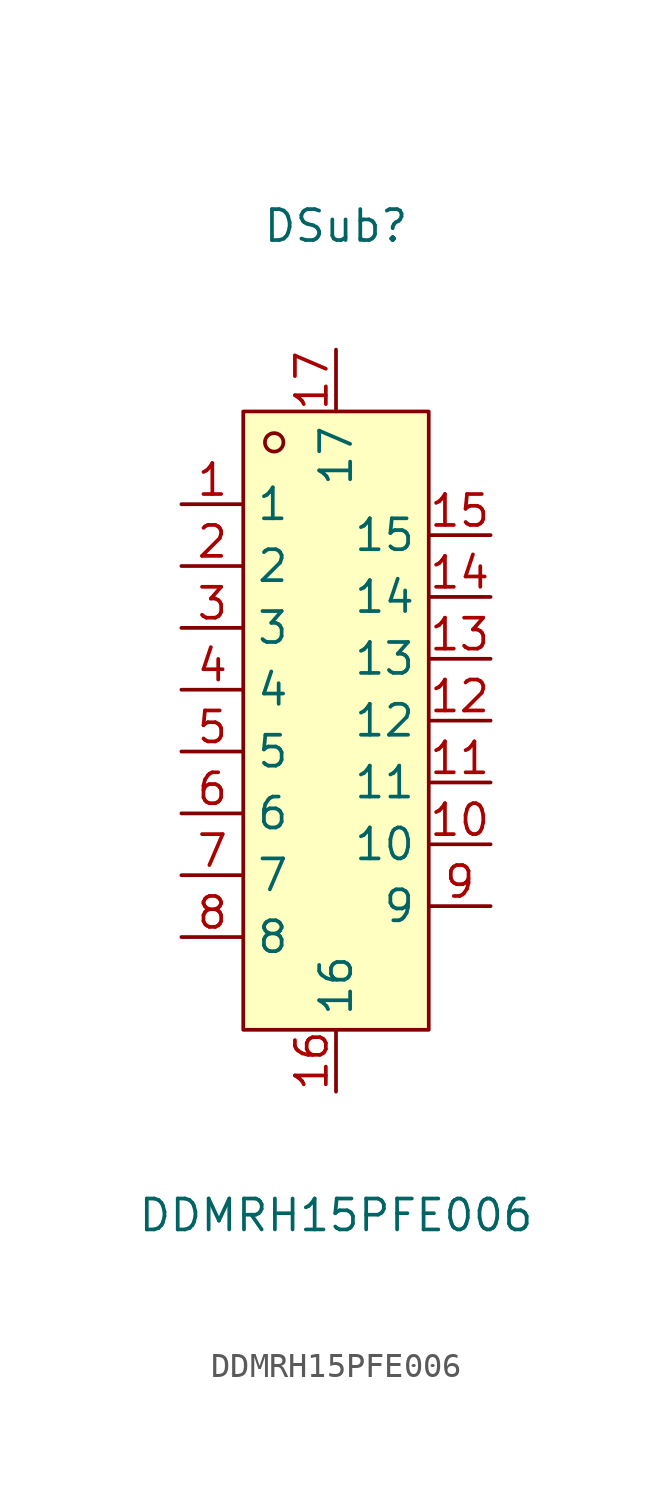
<source format=kicad_sym>
(kicad_symbol_lib
  (version 20211014)
  (generator https://github.com/uPesy/easyeda2kicad.py)
  (symbol "DDMRH15PFE006"
    (property "Reference" "DSub"
      (at 0 20.32 0)
      (effects (font (size 1.27 1.27))))
    (property "Value" "DDMRH15PFE006"
      (at 0 -20.32 0)
      (effects (font (size 1.27 1.27))))
    (symbol "DDMRH15PFE006_0_1"
      (rectangle (start -3.81 12.70) (end 3.81 -12.70) (stroke (width 0) (type default) (color 0 0 0 0)) (fill (type background)))
      (circle (center -2.54 11.43) (radius 0.38) (stroke (width 0) (type default) (color 0 0 0 0)) (fill (type none)))
      (pin unspecified line (at -6.35 8.89 0) (length 2.54) (name "1" (effects (font (size 1.27 1.27)))) (number "1" (effects (font (size 1.27 1.27)))))
      (pin unspecified line (at -6.35 6.35 0) (length 2.54) (name "2" (effects (font (size 1.27 1.27)))) (number "2" (effects (font (size 1.27 1.27)))))
      (pin unspecified line (at -6.35 3.81 0) (length 2.54) (name "3" (effects (font (size 1.27 1.27)))) (number "3" (effects (font (size 1.27 1.27)))))
      (pin unspecified line (at -6.35 1.27 0) (length 2.54) (name "4" (effects (font (size 1.27 1.27)))) (number "4" (effects (font (size 1.27 1.27)))))
      (pin unspecified line (at -6.35 -1.27 0) (length 2.54) (name "5" (effects (font (size 1.27 1.27)))) (number "5" (effects (font (size 1.27 1.27)))))
      (pin unspecified line (at -6.35 -3.81 0) (length 2.54) (name "6" (effects (font (size 1.27 1.27)))) (number "6" (effects (font (size 1.27 1.27)))))
      (pin unspecified line (at -6.35 -6.35 0) (length 2.54) (name "7" (effects (font (size 1.27 1.27)))) (number "7" (effects (font (size 1.27 1.27)))))
      (pin unspecified line (at -6.35 -8.89 0) (length 2.54) (name "8" (effects (font (size 1.27 1.27)))) (number "8" (effects (font (size 1.27 1.27)))))
      (pin unspecified line (at 6.35 -7.62 180) (length 2.54) (name "9" (effects (font (size 1.27 1.27)))) (number "9" (effects (font (size 1.27 1.27)))))
      (pin unspecified line (at 6.35 -5.08 180) (length 2.54) (name "10" (effects (font (size 1.27 1.27)))) (number "10" (effects (font (size 1.27 1.27)))))
      (pin unspecified line (at 6.35 -2.54 180) (length 2.54) (name "11" (effects (font (size 1.27 1.27)))) (number "11" (effects (font (size 1.27 1.27)))))
      (pin unspecified line (at 6.35 -0.00 180) (length 2.54) (name "12" (effects (font (size 1.27 1.27)))) (number "12" (effects (font (size 1.27 1.27)))))
      (pin unspecified line (at 6.35 2.54 180) (length 2.54) (name "13" (effects (font (size 1.27 1.27)))) (number "13" (effects (font (size 1.27 1.27)))))
      (pin unspecified line (at 6.35 5.08 180) (length 2.54) (name "14" (effects (font (size 1.27 1.27)))) (number "14" (effects (font (size 1.27 1.27)))))
      (pin unspecified line (at 6.35 7.62 180) (length 2.54) (name "15" (effects (font (size 1.27 1.27)))) (number "15" (effects (font (size 1.27 1.27)))))
      (pin unspecified line (at 0.00 -15.24 90) (length 2.54) (name "16" (effects (font (size 1.27 1.27)))) (number "16" (effects (font (size 1.27 1.27)))))
      (pin unspecified line (at 0.00 15.24 270) (length 2.54) (name "17" (effects (font (size 1.27 1.27)))) (number "17" (effects (font (size 1.27 1.27))))))))
</source>
